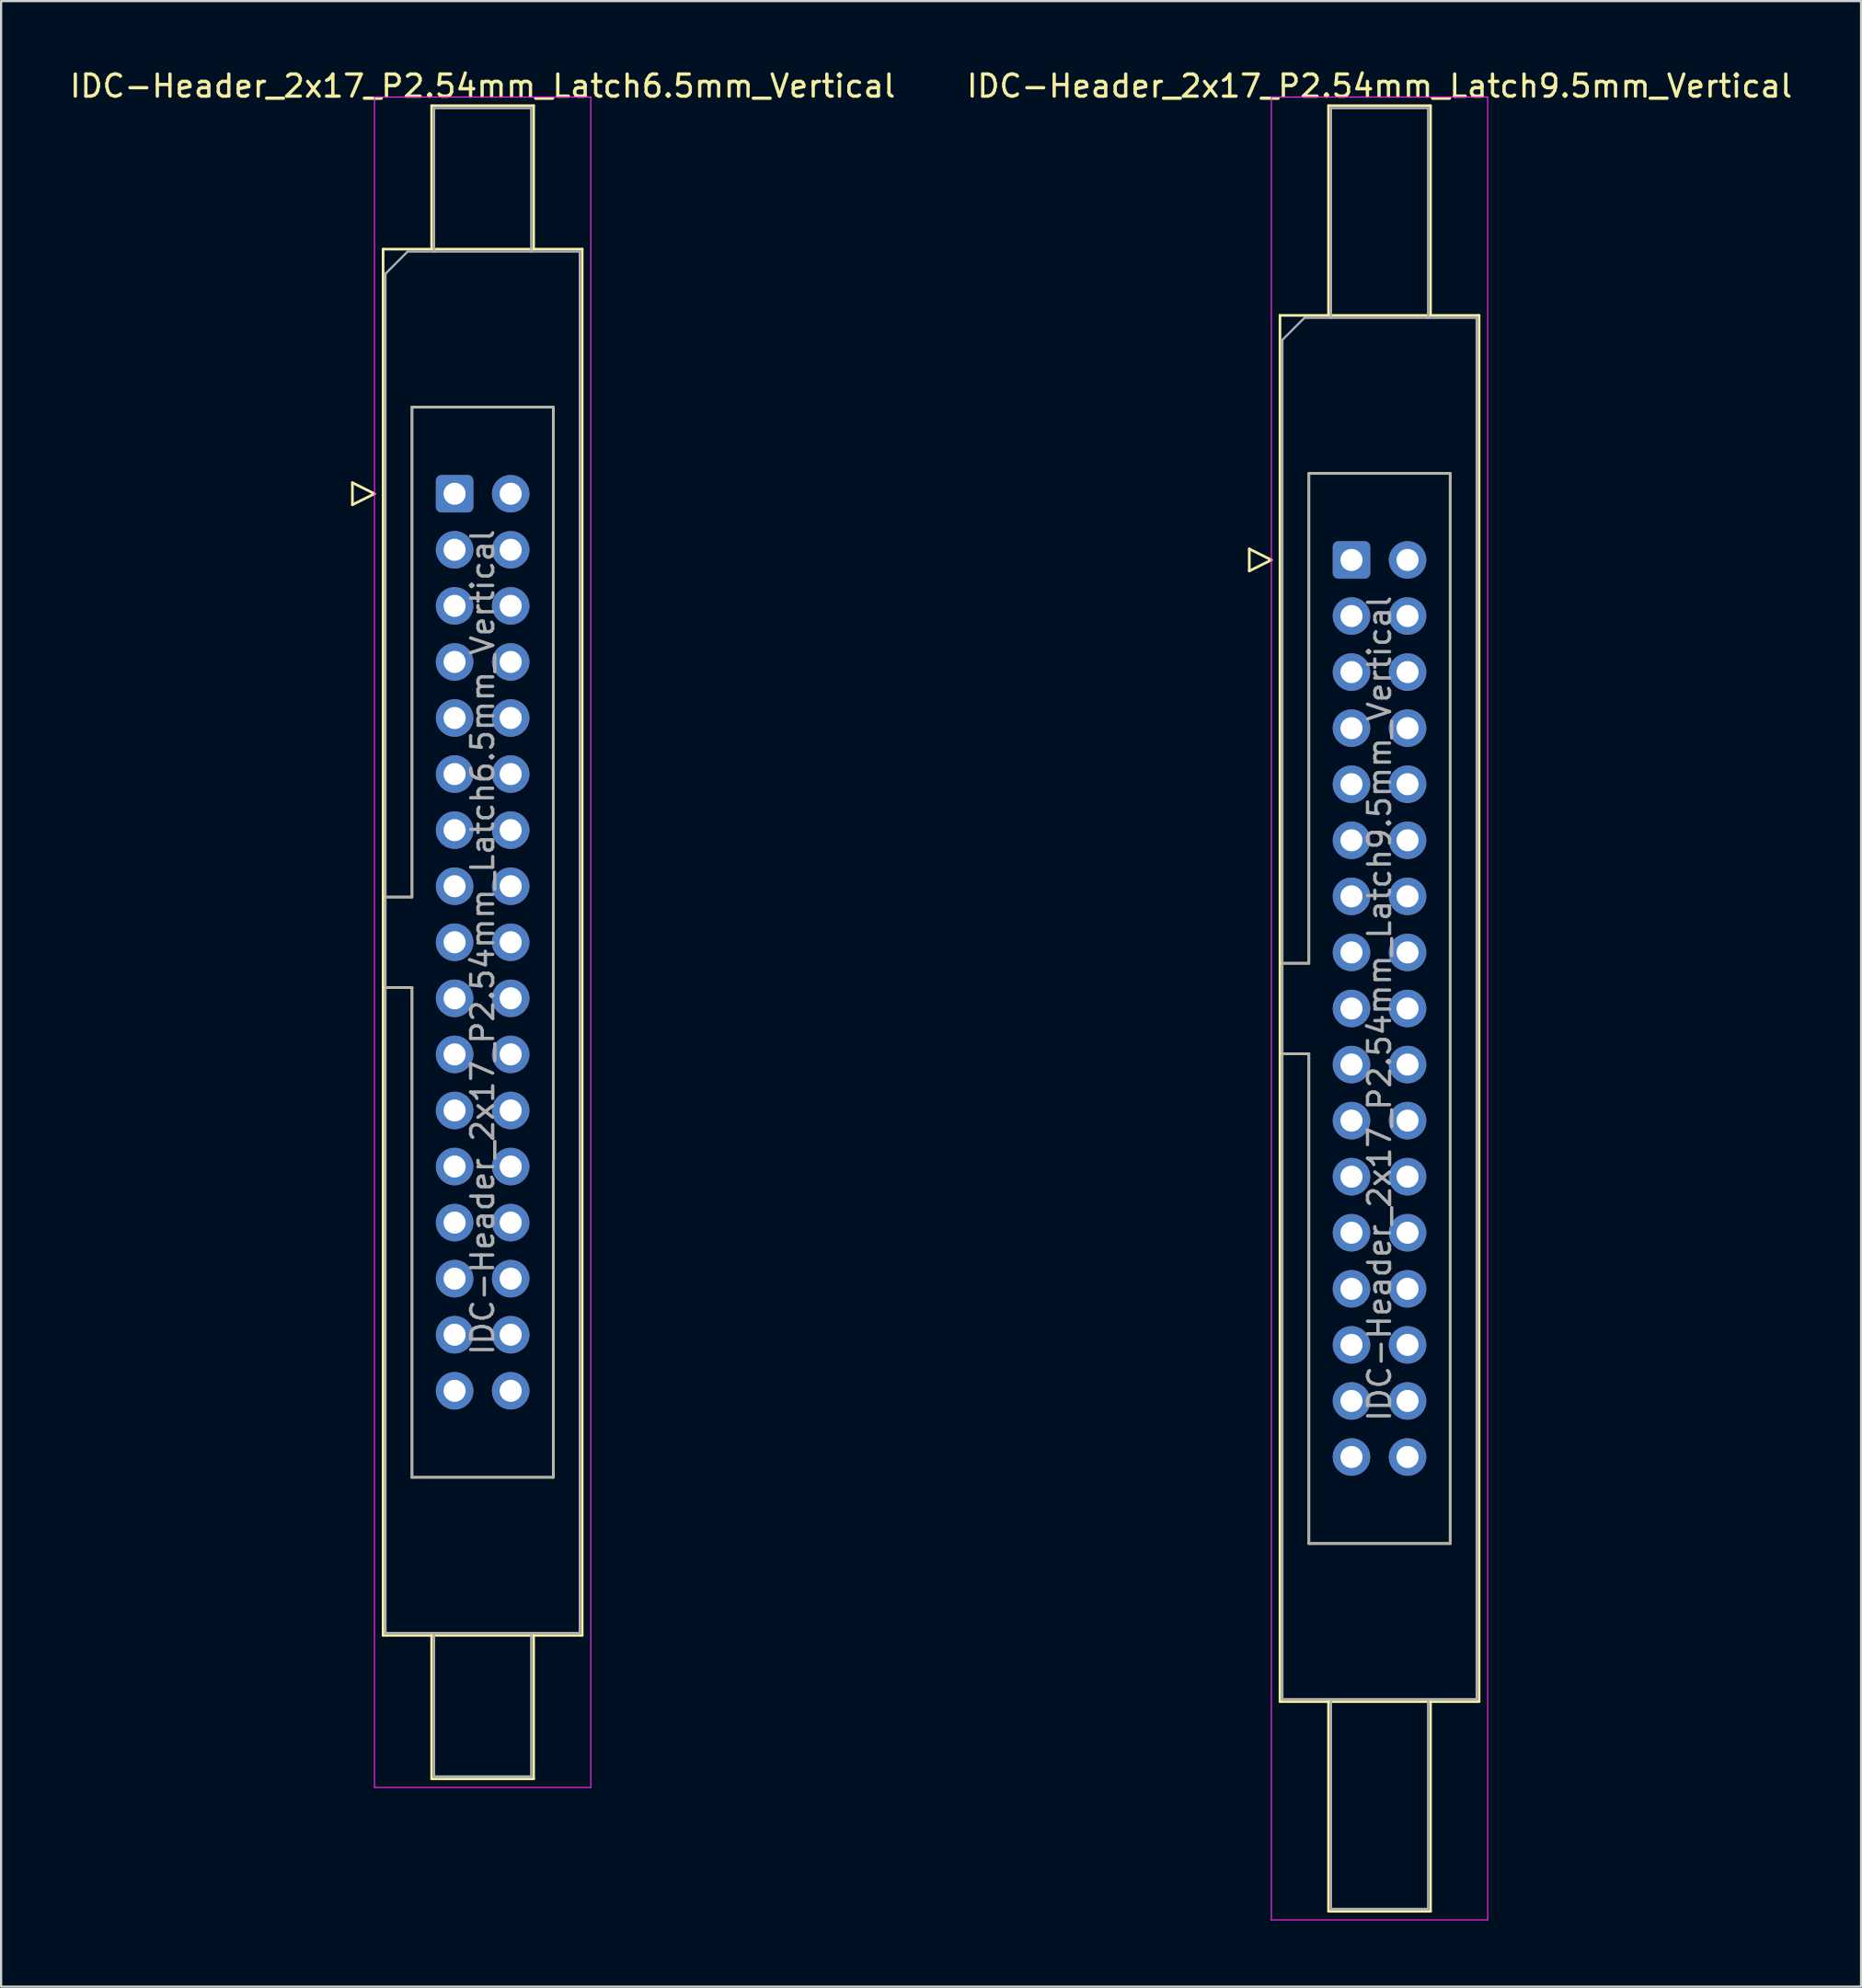
<source format=kicad_pcb>
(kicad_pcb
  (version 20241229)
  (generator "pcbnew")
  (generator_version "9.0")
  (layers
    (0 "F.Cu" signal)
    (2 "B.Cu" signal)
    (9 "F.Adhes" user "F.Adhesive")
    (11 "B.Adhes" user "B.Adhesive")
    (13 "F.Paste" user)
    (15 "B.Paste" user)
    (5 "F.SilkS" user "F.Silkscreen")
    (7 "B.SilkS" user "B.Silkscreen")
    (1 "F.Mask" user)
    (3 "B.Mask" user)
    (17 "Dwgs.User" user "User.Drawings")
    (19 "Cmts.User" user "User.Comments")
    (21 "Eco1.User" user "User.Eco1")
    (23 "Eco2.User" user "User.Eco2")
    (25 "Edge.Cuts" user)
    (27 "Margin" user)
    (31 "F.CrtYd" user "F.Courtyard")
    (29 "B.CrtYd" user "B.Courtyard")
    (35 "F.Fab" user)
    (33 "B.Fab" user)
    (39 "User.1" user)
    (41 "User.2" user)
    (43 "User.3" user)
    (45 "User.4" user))
  (footprint "IDC-Header_2x17_P2.54mm_Latch9.5mm_Vertical"
    (layer "F.Cu")
    (at 58.176 22.318)
    (property "Reference" "IDC-Header_2x17_P2.54mm_Latch9.5mm_Vertical" (at 1.27 -21.47 0) (layer "F.SilkS") (effects (font (size 1 1) (thickness 0.15))))
    (attr through_hole)
    (fp_line (start -4.63 -0.5) (end -4.63 0.5) (stroke (width 0.12) (type solid)) (layer "F.SilkS"))
    (fp_line (start -4.63 0.5) (end -3.63 0) (stroke (width 0.12) (type solid)) (layer "F.SilkS"))
    (fp_line (start -3.63 0) (end -4.63 -0.5) (stroke (width 0.12) (type solid)) (layer "F.SilkS"))
    (fp_line (start -3.24 -11.08) (end 5.78 -11.08) (stroke (width 0.12) (type solid)) (layer "F.SilkS"))
    (fp_line (start -3.24 18.27) (end -1.93 18.27) (stroke (width 0.12) (type solid)) (layer "F.SilkS"))
    (fp_line (start -3.24 51.72) (end -3.24 -11.08) (stroke (width 0.12) (type solid)) (layer "F.SilkS"))
    (fp_line (start -1.93 -3.92) (end 4.47 -3.92) (stroke (width 0.12) (type solid)) (layer "F.SilkS"))
    (fp_line (start -1.93 18.27) (end -1.93 -3.92) (stroke (width 0.12) (type solid)) (layer "F.SilkS"))
    (fp_line (start -1.93 22.37) (end -3.24 22.37) (stroke (width 0.12) (type solid)) (layer "F.SilkS"))
    (fp_line (start -1.93 22.37) (end -1.93 22.37) (stroke (width 0.12) (type solid)) (layer "F.SilkS"))
    (fp_line (start -1.93 44.56) (end -1.93 22.37) (stroke (width 0.12) (type solid)) (layer "F.SilkS"))
    (fp_line (start -1.04 -20.58) (end 3.58 -20.58) (stroke (width 0.12) (type solid)) (layer "F.SilkS"))
    (fp_line (start -1.04 -11.08) (end -1.04 -20.58) (stroke (width 0.12) (type solid)) (layer "F.SilkS"))
    (fp_line (start -1.04 51.72) (end -1.04 61.22) (stroke (width 0.12) (type solid)) (layer "F.SilkS"))
    (fp_line (start -1.04 61.22) (end 3.58 61.22) (stroke (width 0.12) (type solid)) (layer "F.SilkS"))
    (fp_line (start 3.58 -20.58) (end 3.58 -11.08) (stroke (width 0.12) (type solid)) (layer "F.SilkS"))
    (fp_line (start 3.58 61.22) (end 3.58 51.72) (stroke (width 0.12) (type solid)) (layer "F.SilkS"))
    (fp_line (start 4.47 -3.92) (end 4.47 44.56) (stroke (width 0.12) (type solid)) (layer "F.SilkS"))
    (fp_line (start 4.47 44.56) (end -1.93 44.56) (stroke (width 0.12) (type solid)) (layer "F.SilkS"))
    (fp_line (start 5.78 -11.08) (end 5.78 51.72) (stroke (width 0.12) (type solid)) (layer "F.SilkS"))
    (fp_line (start 5.78 51.72) (end -3.24 51.72) (stroke (width 0.12) (type solid)) (layer "F.SilkS"))
    (fp_line (start -3.63 -20.97) (end -3.63 61.61) (stroke (width 0.05) (type solid)) (layer "F.CrtYd"))
    (fp_line (start -3.63 61.61) (end 6.17 61.61) (stroke (width 0.05) (type solid)) (layer "F.CrtYd"))
    (fp_line (start 6.17 -20.97) (end -3.63 -20.97) (stroke (width 0.05) (type solid)) (layer "F.CrtYd"))
    (fp_line (start 6.17 61.61) (end 6.17 -20.97) (stroke (width 0.05) (type solid)) (layer "F.CrtYd"))
    (fp_line (start -3.13 -9.97) (end -2.13 -10.97) (stroke (width 0.1) (type solid)) (layer "F.Fab"))
    (fp_line (start -3.13 18.27) (end -1.93 18.27) (stroke (width 0.1) (type solid)) (layer "F.Fab"))
    (fp_line (start -3.13 51.61) (end -3.13 -9.97) (stroke (width 0.1) (type solid)) (layer "F.Fab"))
    (fp_line (start -2.13 -10.97) (end 5.67 -10.97) (stroke (width 0.1) (type solid)) (layer "F.Fab"))
    (fp_line (start -1.93 -3.92) (end 4.47 -3.92) (stroke (width 0.1) (type solid)) (layer "F.Fab"))
    (fp_line (start -1.93 18.27) (end -1.93 -3.92) (stroke (width 0.1) (type solid)) (layer "F.Fab"))
    (fp_line (start -1.93 22.37) (end -3.13 22.37) (stroke (width 0.1) (type solid)) (layer "F.Fab"))
    (fp_line (start -1.93 22.37) (end -1.93 22.37) (stroke (width 0.1) (type solid)) (layer "F.Fab"))
    (fp_line (start -1.93 44.56) (end -1.93 22.37) (stroke (width 0.1) (type solid)) (layer "F.Fab"))
    (fp_line (start -0.93 -20.47) (end 3.47 -20.47) (stroke (width 0.1) (type solid)) (layer "F.Fab"))
    (fp_line (start -0.93 -10.97) (end -0.93 -20.47) (stroke (width 0.1) (type solid)) (layer "F.Fab"))
    (fp_line (start -0.93 51.61) (end -0.93 61.11) (stroke (width 0.1) (type solid)) (layer "F.Fab"))
    (fp_line (start -0.93 61.11) (end 3.47 61.11) (stroke (width 0.1) (type solid)) (layer "F.Fab"))
    (fp_line (start 3.47 -20.47) (end 3.47 -10.97) (stroke (width 0.1) (type solid)) (layer "F.Fab"))
    (fp_line (start 3.47 61.11) (end 3.47 51.61) (stroke (width 0.1) (type solid)) (layer "F.Fab"))
    (fp_line (start 4.47 -3.92) (end 4.47 44.56) (stroke (width 0.1) (type solid)) (layer "F.Fab"))
    (fp_line (start 4.47 44.56) (end -1.93 44.56) (stroke (width 0.1) (type solid)) (layer "F.Fab"))
    (fp_line (start 5.67 -10.97) (end 5.67 51.61) (stroke (width 0.1) (type solid)) (layer "F.Fab"))
    (fp_line (start 5.67 51.61) (end -3.13 51.61) (stroke (width 0.1) (type solid)) (layer "F.Fab"))
    (fp_text user "${REFERENCE}" (at 1.27 20.32 90) (layer "F.Fab") (effects (font (size 1 1) (thickness 0.15))))
    (pad "1" thru_hole roundrect (at 0 0) (size 1.7 1.7) (drill 1) (layers "*.Cu" "*.Mask") (roundrect_rratio 0.147))
    (pad "2" thru_hole circle (at 2.54 0) (size 1.7 1.7) (drill 1) (layers "*.Cu" "*.Mask"))
    (pad "3" thru_hole circle (at 0 2.54) (size 1.7 1.7) (drill 1) (layers "*.Cu" "*.Mask"))
    (pad "4" thru_hole circle (at 2.54 2.54) (size 1.7 1.7) (drill 1) (layers "*.Cu" "*.Mask"))
    (pad "5" thru_hole circle (at 0 5.08) (size 1.7 1.7) (drill 1) (layers "*.Cu" "*.Mask"))
    (pad "6" thru_hole circle (at 2.54 5.08) (size 1.7 1.7) (drill 1) (layers "*.Cu" "*.Mask"))
    (pad "7" thru_hole circle (at 0 7.62) (size 1.7 1.7) (drill 1) (layers "*.Cu" "*.Mask"))
    (pad "8" thru_hole circle (at 2.54 7.62) (size 1.7 1.7) (drill 1) (layers "*.Cu" "*.Mask"))
    (pad "9" thru_hole circle (at 0 10.16) (size 1.7 1.7) (drill 1) (layers "*.Cu" "*.Mask"))
    (pad "10" thru_hole circle (at 2.54 10.16) (size 1.7 1.7) (drill 1) (layers "*.Cu" "*.Mask"))
    (pad "11" thru_hole circle (at 0 12.7) (size 1.7 1.7) (drill 1) (layers "*.Cu" "*.Mask"))
    (pad "12" thru_hole circle (at 2.54 12.7) (size 1.7 1.7) (drill 1) (layers "*.Cu" "*.Mask"))
    (pad "13" thru_hole circle (at 0 15.24) (size 1.7 1.7) (drill 1) (layers "*.Cu" "*.Mask"))
    (pad "14" thru_hole circle (at 2.54 15.24) (size 1.7 1.7) (drill 1) (layers "*.Cu" "*.Mask"))
    (pad "15" thru_hole circle (at 0 17.78) (size 1.7 1.7) (drill 1) (layers "*.Cu" "*.Mask"))
    (pad "16" thru_hole circle (at 2.54 17.78) (size 1.7 1.7) (drill 1) (layers "*.Cu" "*.Mask"))
    (pad "17" thru_hole circle (at 0 20.32) (size 1.7 1.7) (drill 1) (layers "*.Cu" "*.Mask"))
    (pad "18" thru_hole circle (at 2.54 20.32) (size 1.7 1.7) (drill 1) (layers "*.Cu" "*.Mask"))
    (pad "19" thru_hole circle (at 0 22.86) (size 1.7 1.7) (drill 1) (layers "*.Cu" "*.Mask"))
    (pad "20" thru_hole circle (at 2.54 22.86) (size 1.7 1.7) (drill 1) (layers "*.Cu" "*.Mask"))
    (pad "21" thru_hole circle (at 0 25.4) (size 1.7 1.7) (drill 1) (layers "*.Cu" "*.Mask"))
    (pad "22" thru_hole circle (at 2.54 25.4) (size 1.7 1.7) (drill 1) (layers "*.Cu" "*.Mask"))
    (pad "23" thru_hole circle (at 0 27.94) (size 1.7 1.7) (drill 1) (layers "*.Cu" "*.Mask"))
    (pad "24" thru_hole circle (at 2.54 27.94) (size 1.7 1.7) (drill 1) (layers "*.Cu" "*.Mask"))
    (pad "25" thru_hole circle (at 0 30.48) (size 1.7 1.7) (drill 1) (layers "*.Cu" "*.Mask"))
    (pad "26" thru_hole circle (at 2.54 30.48) (size 1.7 1.7) (drill 1) (layers "*.Cu" "*.Mask"))
    (pad "27" thru_hole circle (at 0 33.02) (size 1.7 1.7) (drill 1) (layers "*.Cu" "*.Mask"))
    (pad "28" thru_hole circle (at 2.54 33.02) (size 1.7 1.7) (drill 1) (layers "*.Cu" "*.Mask"))
    (pad "29" thru_hole circle (at 0 35.56) (size 1.7 1.7) (drill 1) (layers "*.Cu" "*.Mask"))
    (pad "30" thru_hole circle (at 2.54 35.56) (size 1.7 1.7) (drill 1) (layers "*.Cu" "*.Mask"))
    (pad "31" thru_hole circle (at 0 38.1) (size 1.7 1.7) (drill 1) (layers "*.Cu" "*.Mask"))
    (pad "32" thru_hole circle (at 2.54 38.1) (size 1.7 1.7) (drill 1) (layers "*.Cu" "*.Mask"))
    (pad "33" thru_hole circle (at 0 40.64) (size 1.7 1.7) (drill 1) (layers "*.Cu" "*.Mask"))
    (pad "34" thru_hole circle (at 2.54 40.64) (size 1.7 1.7) (drill 1) (layers "*.Cu" "*.Mask")))
  (footprint "IDC-Header_2x17_P2.54mm_Latch6.5mm_Vertical"
    (layer "F.Cu")
    (at 17.545 19.318)
    (property "Reference" "IDC-Header_2x17_P2.54mm_Latch6.5mm_Vertical" (at 1.27 -18.47 0) (layer "F.SilkS") (effects (font (size 1 1) (thickness 0.15))))
    (attr through_hole)
    (fp_line (start -4.63 -0.5) (end -4.63 0.5) (stroke (width 0.12) (type solid)) (layer "F.SilkS"))
    (fp_line (start -4.63 0.5) (end -3.63 0) (stroke (width 0.12) (type solid)) (layer "F.SilkS"))
    (fp_line (start -3.63 0) (end -4.63 -0.5) (stroke (width 0.12) (type solid)) (layer "F.SilkS"))
    (fp_line (start -3.24 -11.08) (end 5.78 -11.08) (stroke (width 0.12) (type solid)) (layer "F.SilkS"))
    (fp_line (start -3.24 18.27) (end -1.93 18.27) (stroke (width 0.12) (type solid)) (layer "F.SilkS"))
    (fp_line (start -3.24 51.72) (end -3.24 -11.08) (stroke (width 0.12) (type solid)) (layer "F.SilkS"))
    (fp_line (start -1.93 -3.92) (end 4.47 -3.92) (stroke (width 0.12) (type solid)) (layer "F.SilkS"))
    (fp_line (start -1.93 18.27) (end -1.93 -3.92) (stroke (width 0.12) (type solid)) (layer "F.SilkS"))
    (fp_line (start -1.93 22.37) (end -3.24 22.37) (stroke (width 0.12) (type solid)) (layer "F.SilkS"))
    (fp_line (start -1.93 22.37) (end -1.93 22.37) (stroke (width 0.12) (type solid)) (layer "F.SilkS"))
    (fp_line (start -1.93 44.56) (end -1.93 22.37) (stroke (width 0.12) (type solid)) (layer "F.SilkS"))
    (fp_line (start -1.04 -17.58) (end 3.58 -17.58) (stroke (width 0.12) (type solid)) (layer "F.SilkS"))
    (fp_line (start -1.04 -11.08) (end -1.04 -17.58) (stroke (width 0.12) (type solid)) (layer "F.SilkS"))
    (fp_line (start -1.04 51.72) (end -1.04 58.22) (stroke (width 0.12) (type solid)) (layer "F.SilkS"))
    (fp_line (start -1.04 58.22) (end 3.58 58.22) (stroke (width 0.12) (type solid)) (layer "F.SilkS"))
    (fp_line (start 3.58 -17.58) (end 3.58 -11.08) (stroke (width 0.12) (type solid)) (layer "F.SilkS"))
    (fp_line (start 3.58 58.22) (end 3.58 51.72) (stroke (width 0.12) (type solid)) (layer "F.SilkS"))
    (fp_line (start 4.47 -3.92) (end 4.47 44.56) (stroke (width 0.12) (type solid)) (layer "F.SilkS"))
    (fp_line (start 4.47 44.56) (end -1.93 44.56) (stroke (width 0.12) (type solid)) (layer "F.SilkS"))
    (fp_line (start 5.78 -11.08) (end 5.78 51.72) (stroke (width 0.12) (type solid)) (layer "F.SilkS"))
    (fp_line (start 5.78 51.72) (end -3.24 51.72) (stroke (width 0.12) (type solid)) (layer "F.SilkS"))
    (fp_line (start -3.63 -17.97) (end -3.63 58.61) (stroke (width 0.05) (type solid)) (layer "F.CrtYd"))
    (fp_line (start -3.63 58.61) (end 6.17 58.61) (stroke (width 0.05) (type solid)) (layer "F.CrtYd"))
    (fp_line (start 6.17 -17.97) (end -3.63 -17.97) (stroke (width 0.05) (type solid)) (layer "F.CrtYd"))
    (fp_line (start 6.17 58.61) (end 6.17 -17.97) (stroke (width 0.05) (type solid)) (layer "F.CrtYd"))
    (fp_line (start -3.13 -9.97) (end -2.13 -10.97) (stroke (width 0.1) (type solid)) (layer "F.Fab"))
    (fp_line (start -3.13 18.27) (end -1.93 18.27) (stroke (width 0.1) (type solid)) (layer "F.Fab"))
    (fp_line (start -3.13 51.61) (end -3.13 -9.97) (stroke (width 0.1) (type solid)) (layer "F.Fab"))
    (fp_line (start -2.13 -10.97) (end 5.67 -10.97) (stroke (width 0.1) (type solid)) (layer "F.Fab"))
    (fp_line (start -1.93 -3.92) (end 4.47 -3.92) (stroke (width 0.1) (type solid)) (layer "F.Fab"))
    (fp_line (start -1.93 18.27) (end -1.93 -3.92) (stroke (width 0.1) (type solid)) (layer "F.Fab"))
    (fp_line (start -1.93 22.37) (end -3.13 22.37) (stroke (width 0.1) (type solid)) (layer "F.Fab"))
    (fp_line (start -1.93 22.37) (end -1.93 22.37) (stroke (width 0.1) (type solid)) (layer "F.Fab"))
    (fp_line (start -1.93 44.56) (end -1.93 22.37) (stroke (width 0.1) (type solid)) (layer "F.Fab"))
    (fp_line (start -0.93 -17.47) (end 3.47 -17.47) (stroke (width 0.1) (type solid)) (layer "F.Fab"))
    (fp_line (start -0.93 -10.97) (end -0.93 -17.47) (stroke (width 0.1) (type solid)) (layer "F.Fab"))
    (fp_line (start -0.93 51.61) (end -0.93 58.11) (stroke (width 0.1) (type solid)) (layer "F.Fab"))
    (fp_line (start -0.93 58.11) (end 3.47 58.11) (stroke (width 0.1) (type solid)) (layer "F.Fab"))
    (fp_line (start 3.47 -17.47) (end 3.47 -10.97) (stroke (width 0.1) (type solid)) (layer "F.Fab"))
    (fp_line (start 3.47 58.11) (end 3.47 51.61) (stroke (width 0.1) (type solid)) (layer "F.Fab"))
    (fp_line (start 4.47 -3.92) (end 4.47 44.56) (stroke (width 0.1) (type solid)) (layer "F.Fab"))
    (fp_line (start 4.47 44.56) (end -1.93 44.56) (stroke (width 0.1) (type solid)) (layer "F.Fab"))
    (fp_line (start 5.67 -10.97) (end 5.67 51.61) (stroke (width 0.1) (type solid)) (layer "F.Fab"))
    (fp_line (start 5.67 51.61) (end -3.13 51.61) (stroke (width 0.1) (type solid)) (layer "F.Fab"))
    (fp_text user "${REFERENCE}" (at 1.27 20.32 90) (layer "F.Fab") (effects (font (size 1 1) (thickness 0.15))))
    (pad "1" thru_hole roundrect (at 0 0) (size 1.7 1.7) (drill 1) (layers "*.Cu" "*.Mask") (roundrect_rratio 0.147))
    (pad "2" thru_hole circle (at 2.54 0) (size 1.7 1.7) (drill 1) (layers "*.Cu" "*.Mask"))
    (pad "3" thru_hole circle (at 0 2.54) (size 1.7 1.7) (drill 1) (layers "*.Cu" "*.Mask"))
    (pad "4" thru_hole circle (at 2.54 2.54) (size 1.7 1.7) (drill 1) (layers "*.Cu" "*.Mask"))
    (pad "5" thru_hole circle (at 0 5.08) (size 1.7 1.7) (drill 1) (layers "*.Cu" "*.Mask"))
    (pad "6" thru_hole circle (at 2.54 5.08) (size 1.7 1.7) (drill 1) (layers "*.Cu" "*.Mask"))
    (pad "7" thru_hole circle (at 0 7.62) (size 1.7 1.7) (drill 1) (layers "*.Cu" "*.Mask"))
    (pad "8" thru_hole circle (at 2.54 7.62) (size 1.7 1.7) (drill 1) (layers "*.Cu" "*.Mask"))
    (pad "9" thru_hole circle (at 0 10.16) (size 1.7 1.7) (drill 1) (layers "*.Cu" "*.Mask"))
    (pad "10" thru_hole circle (at 2.54 10.16) (size 1.7 1.7) (drill 1) (layers "*.Cu" "*.Mask"))
    (pad "11" thru_hole circle (at 0 12.7) (size 1.7 1.7) (drill 1) (layers "*.Cu" "*.Mask"))
    (pad "12" thru_hole circle (at 2.54 12.7) (size 1.7 1.7) (drill 1) (layers "*.Cu" "*.Mask"))
    (pad "13" thru_hole circle (at 0 15.24) (size 1.7 1.7) (drill 1) (layers "*.Cu" "*.Mask"))
    (pad "14" thru_hole circle (at 2.54 15.24) (size 1.7 1.7) (drill 1) (layers "*.Cu" "*.Mask"))
    (pad "15" thru_hole circle (at 0 17.78) (size 1.7 1.7) (drill 1) (layers "*.Cu" "*.Mask"))
    (pad "16" thru_hole circle (at 2.54 17.78) (size 1.7 1.7) (drill 1) (layers "*.Cu" "*.Mask"))
    (pad "17" thru_hole circle (at 0 20.32) (size 1.7 1.7) (drill 1) (layers "*.Cu" "*.Mask"))
    (pad "18" thru_hole circle (at 2.54 20.32) (size 1.7 1.7) (drill 1) (layers "*.Cu" "*.Mask"))
    (pad "19" thru_hole circle (at 0 22.86) (size 1.7 1.7) (drill 1) (layers "*.Cu" "*.Mask"))
    (pad "20" thru_hole circle (at 2.54 22.86) (size 1.7 1.7) (drill 1) (layers "*.Cu" "*.Mask"))
    (pad "21" thru_hole circle (at 0 25.4) (size 1.7 1.7) (drill 1) (layers "*.Cu" "*.Mask"))
    (pad "22" thru_hole circle (at 2.54 25.4) (size 1.7 1.7) (drill 1) (layers "*.Cu" "*.Mask"))
    (pad "23" thru_hole circle (at 0 27.94) (size 1.7 1.7) (drill 1) (layers "*.Cu" "*.Mask"))
    (pad "24" thru_hole circle (at 2.54 27.94) (size 1.7 1.7) (drill 1) (layers "*.Cu" "*.Mask"))
    (pad "25" thru_hole circle (at 0 30.48) (size 1.7 1.7) (drill 1) (layers "*.Cu" "*.Mask"))
    (pad "26" thru_hole circle (at 2.54 30.48) (size 1.7 1.7) (drill 1) (layers "*.Cu" "*.Mask"))
    (pad "27" thru_hole circle (at 0 33.02) (size 1.7 1.7) (drill 1) (layers "*.Cu" "*.Mask"))
    (pad "28" thru_hole circle (at 2.54 33.02) (size 1.7 1.7) (drill 1) (layers "*.Cu" "*.Mask"))
    (pad "29" thru_hole circle (at 0 35.56) (size 1.7 1.7) (drill 1) (layers "*.Cu" "*.Mask"))
    (pad "30" thru_hole circle (at 2.54 35.56) (size 1.7 1.7) (drill 1) (layers "*.Cu" "*.Mask"))
    (pad "31" thru_hole circle (at 0 38.1) (size 1.7 1.7) (drill 1) (layers "*.Cu" "*.Mask"))
    (pad "32" thru_hole circle (at 2.54 38.1) (size 1.7 1.7) (drill 1) (layers "*.Cu" "*.Mask"))
    (pad "33" thru_hole circle (at 0 40.64) (size 1.7 1.7) (drill 1) (layers "*.Cu" "*.Mask"))
    (pad "34" thru_hole circle (at 2.54 40.64) (size 1.7 1.7) (drill 1) (layers "*.Cu" "*.Mask")))
  (gr_rect
    (start -3 -3)
    (end 81.262 86.953)
    (stroke (width 0.1) (type default))
    (fill no)
    (layer "Edge.Cuts")))
</source>
